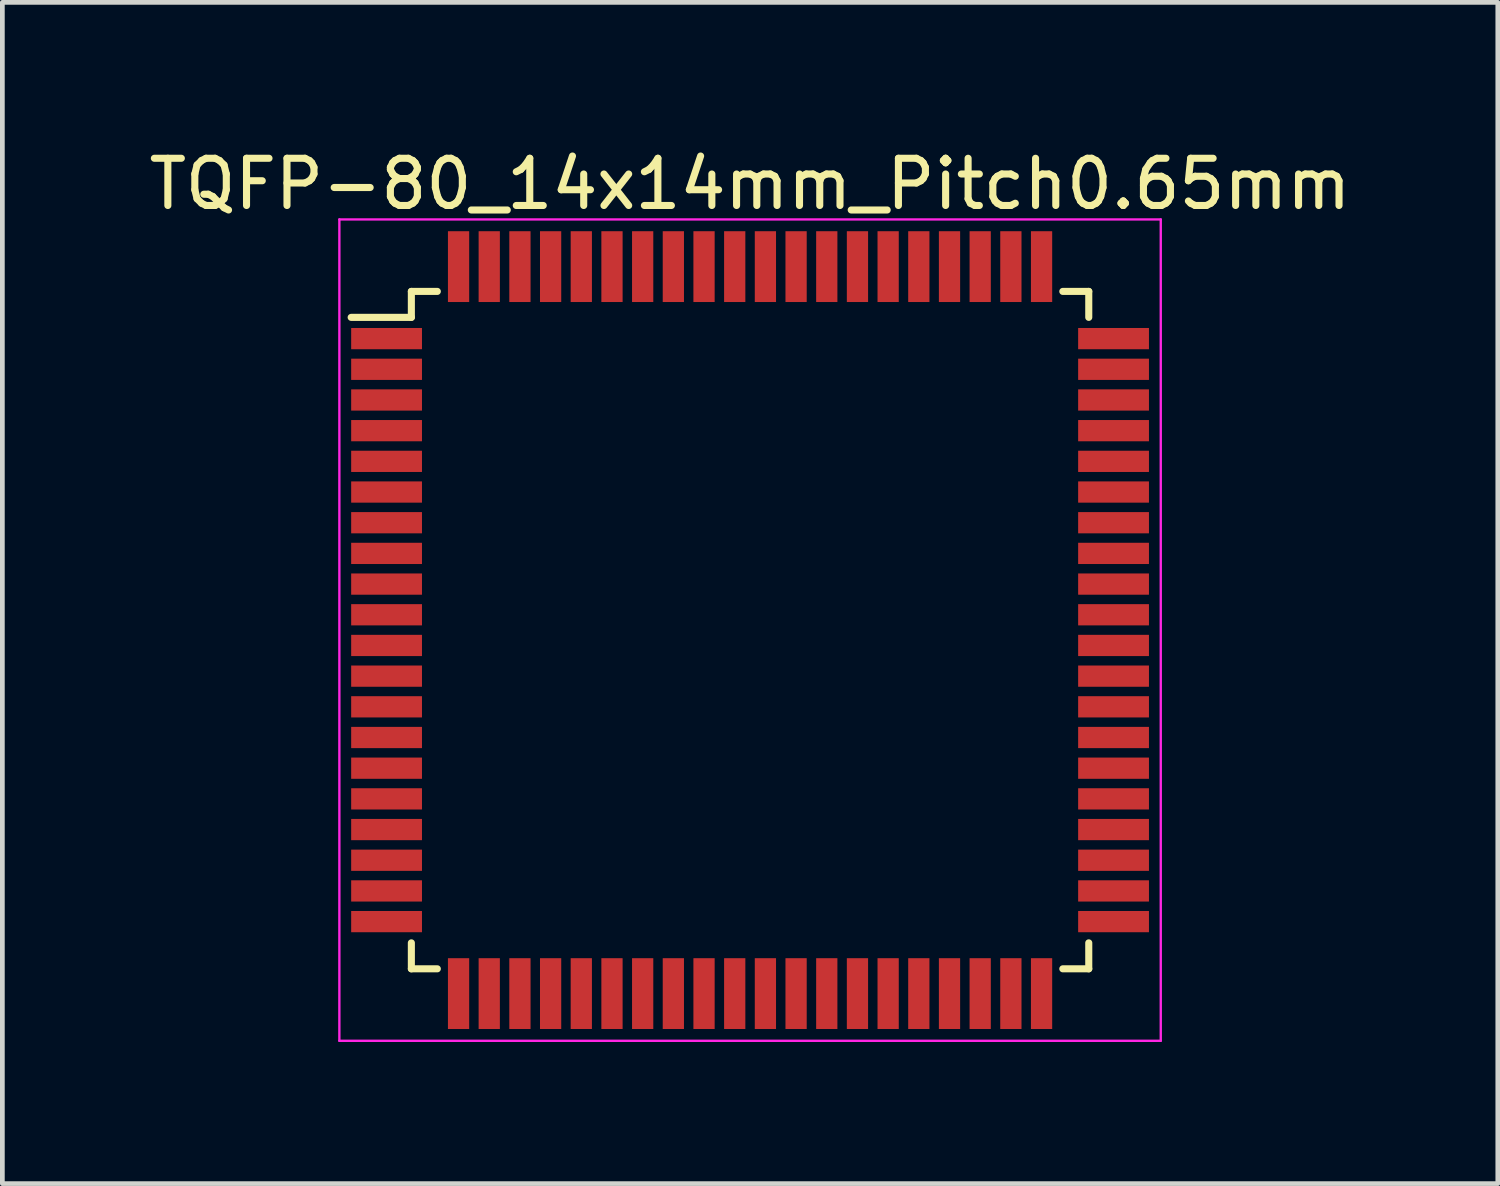
<source format=kicad_pcb>
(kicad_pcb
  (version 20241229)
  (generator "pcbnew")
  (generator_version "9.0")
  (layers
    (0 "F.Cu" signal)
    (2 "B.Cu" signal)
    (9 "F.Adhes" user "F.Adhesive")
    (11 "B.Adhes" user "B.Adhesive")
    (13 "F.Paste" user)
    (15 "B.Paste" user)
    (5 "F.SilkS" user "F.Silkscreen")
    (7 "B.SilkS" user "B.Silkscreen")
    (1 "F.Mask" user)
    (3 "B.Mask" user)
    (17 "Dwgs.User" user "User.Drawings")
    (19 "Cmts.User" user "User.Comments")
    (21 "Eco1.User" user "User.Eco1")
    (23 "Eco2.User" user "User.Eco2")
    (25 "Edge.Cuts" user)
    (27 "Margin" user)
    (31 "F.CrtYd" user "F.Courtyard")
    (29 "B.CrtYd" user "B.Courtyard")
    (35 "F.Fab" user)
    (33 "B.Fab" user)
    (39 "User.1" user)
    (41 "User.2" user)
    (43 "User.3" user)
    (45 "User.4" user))
  (footprint "TQFP-80_14x14mm_Pitch0.65mm"
    (layer "F.Cu")
    (at 12.839 10.298)
    (property "Reference" "TQFP-80_14x14mm_Pitch0.65mm" (at 0 -9.45 0) (layer "F.SilkS") (effects (font (size 1 1) (thickness 0.15))))
    (attr smd)
    (fp_line (start -7.175 -7.175) (end -7.175 -6.625) (stroke (width 0.15) (type solid)) (layer "F.SilkS"))
    (fp_line (start -7.175 -7.175) (end -6.625 -7.175) (stroke (width 0.15) (type solid)) (layer "F.SilkS"))
    (fp_line (start -7.175 -6.625) (end -8.45 -6.625) (stroke (width 0.15) (type solid)) (layer "F.SilkS"))
    (fp_line (start -7.175 7.175) (end -7.175 6.625) (stroke (width 0.15) (type solid)) (layer "F.SilkS"))
    (fp_line (start -7.175 7.175) (end -6.625 7.175) (stroke (width 0.15) (type solid)) (layer "F.SilkS"))
    (fp_line (start 7.175 -7.175) (end 6.625 -7.175) (stroke (width 0.15) (type solid)) (layer "F.SilkS"))
    (fp_line (start 7.175 -7.175) (end 7.175 -6.625) (stroke (width 0.15) (type solid)) (layer "F.SilkS"))
    (fp_line (start 7.175 7.175) (end 6.625 7.175) (stroke (width 0.15) (type solid)) (layer "F.SilkS"))
    (fp_line (start 7.175 7.175) (end 7.175 6.625) (stroke (width 0.15) (type solid)) (layer "F.SilkS"))
    (fp_line (start -8.7 -8.7) (end -8.7 8.7) (stroke (width 0.05) (type solid)) (layer "F.CrtYd"))
    (fp_line (start -8.7 -8.7) (end 8.7 -8.7) (stroke (width 0.05) (type solid)) (layer "F.CrtYd"))
    (fp_line (start -8.7 8.7) (end 8.7 8.7) (stroke (width 0.05) (type solid)) (layer "F.CrtYd"))
    (fp_line (start 8.7 -8.7) (end 8.7 8.7) (stroke (width 0.05) (type solid)) (layer "F.CrtYd"))
    (pad "1" smd rect (at -7.7 -6.175) (size 1.5 0.45) (layers "F.Cu" "F.Mask" "F.Paste"))
    (pad "2" smd rect (at -7.7 -5.525) (size 1.5 0.45) (layers "F.Cu" "F.Mask" "F.Paste"))
    (pad "3" smd rect (at -7.7 -4.875) (size 1.5 0.45) (layers "F.Cu" "F.Mask" "F.Paste"))
    (pad "4" smd rect (at -7.7 -4.225) (size 1.5 0.45) (layers "F.Cu" "F.Mask" "F.Paste"))
    (pad "5" smd rect (at -7.7 -3.575) (size 1.5 0.45) (layers "F.Cu" "F.Mask" "F.Paste"))
    (pad "6" smd rect (at -7.7 -2.925) (size 1.5 0.45) (layers "F.Cu" "F.Mask" "F.Paste"))
    (pad "7" smd rect (at -7.7 -2.275) (size 1.5 0.45) (layers "F.Cu" "F.Mask" "F.Paste"))
    (pad "8" smd rect (at -7.7 -1.625) (size 1.5 0.45) (layers "F.Cu" "F.Mask" "F.Paste"))
    (pad "9" smd rect (at -7.7 -0.975) (size 1.5 0.45) (layers "F.Cu" "F.Mask" "F.Paste"))
    (pad "10" smd rect (at -7.7 -0.325) (size 1.5 0.45) (layers "F.Cu" "F.Mask" "F.Paste"))
    (pad "11" smd rect (at -7.7 0.325) (size 1.5 0.45) (layers "F.Cu" "F.Mask" "F.Paste"))
    (pad "12" smd rect (at -7.7 0.975) (size 1.5 0.45) (layers "F.Cu" "F.Mask" "F.Paste"))
    (pad "13" smd rect (at -7.7 1.625) (size 1.5 0.45) (layers "F.Cu" "F.Mask" "F.Paste"))
    (pad "14" smd rect (at -7.7 2.275) (size 1.5 0.45) (layers "F.Cu" "F.Mask" "F.Paste"))
    (pad "15" smd rect (at -7.7 2.925) (size 1.5 0.45) (layers "F.Cu" "F.Mask" "F.Paste"))
    (pad "16" smd rect (at -7.7 3.575) (size 1.5 0.45) (layers "F.Cu" "F.Mask" "F.Paste"))
    (pad "17" smd rect (at -7.7 4.225) (size 1.5 0.45) (layers "F.Cu" "F.Mask" "F.Paste"))
    (pad "18" smd rect (at -7.7 4.875) (size 1.5 0.45) (layers "F.Cu" "F.Mask" "F.Paste"))
    (pad "19" smd rect (at -7.7 5.525) (size 1.5 0.45) (layers "F.Cu" "F.Mask" "F.Paste"))
    (pad "20" smd rect (at -7.7 6.175) (size 1.5 0.45) (layers "F.Cu" "F.Mask" "F.Paste"))
    (pad "21" smd rect (at -6.175 7.7 90) (size 1.5 0.45) (layers "F.Cu" "F.Mask" "F.Paste"))
    (pad "22" smd rect (at -5.525 7.7 90) (size 1.5 0.45) (layers "F.Cu" "F.Mask" "F.Paste"))
    (pad "23" smd rect (at -4.875 7.7 90) (size 1.5 0.45) (layers "F.Cu" "F.Mask" "F.Paste"))
    (pad "24" smd rect (at -4.225 7.7 90) (size 1.5 0.45) (layers "F.Cu" "F.Mask" "F.Paste"))
    (pad "25" smd rect (at -3.575 7.7 90) (size 1.5 0.45) (layers "F.Cu" "F.Mask" "F.Paste"))
    (pad "26" smd rect (at -2.925 7.7 90) (size 1.5 0.45) (layers "F.Cu" "F.Mask" "F.Paste"))
    (pad "27" smd rect (at -2.275 7.7 90) (size 1.5 0.45) (layers "F.Cu" "F.Mask" "F.Paste"))
    (pad "28" smd rect (at -1.625 7.7 90) (size 1.5 0.45) (layers "F.Cu" "F.Mask" "F.Paste"))
    (pad "29" smd rect (at -0.975 7.7 90) (size 1.5 0.45) (layers "F.Cu" "F.Mask" "F.Paste"))
    (pad "30" smd rect (at -0.325 7.7 90) (size 1.5 0.45) (layers "F.Cu" "F.Mask" "F.Paste"))
    (pad "31" smd rect (at 0.325 7.7 90) (size 1.5 0.45) (layers "F.Cu" "F.Mask" "F.Paste"))
    (pad "32" smd rect (at 0.975 7.7 90) (size 1.5 0.45) (layers "F.Cu" "F.Mask" "F.Paste"))
    (pad "33" smd rect (at 1.625 7.7 90) (size 1.5 0.45) (layers "F.Cu" "F.Mask" "F.Paste"))
    (pad "34" smd rect (at 2.275 7.7 90) (size 1.5 0.45) (layers "F.Cu" "F.Mask" "F.Paste"))
    (pad "35" smd rect (at 2.925 7.7 90) (size 1.5 0.45) (layers "F.Cu" "F.Mask" "F.Paste"))
    (pad "36" smd rect (at 3.575 7.7 90) (size 1.5 0.45) (layers "F.Cu" "F.Mask" "F.Paste"))
    (pad "37" smd rect (at 4.225 7.7 90) (size 1.5 0.45) (layers "F.Cu" "F.Mask" "F.Paste"))
    (pad "38" smd rect (at 4.875 7.7 90) (size 1.5 0.45) (layers "F.Cu" "F.Mask" "F.Paste"))
    (pad "39" smd rect (at 5.525 7.7 90) (size 1.5 0.45) (layers "F.Cu" "F.Mask" "F.Paste"))
    (pad "40" smd rect (at 6.175 7.7 90) (size 1.5 0.45) (layers "F.Cu" "F.Mask" "F.Paste"))
    (pad "41" smd rect (at 7.7 6.175) (size 1.5 0.45) (layers "F.Cu" "F.Mask" "F.Paste"))
    (pad "42" smd rect (at 7.7 5.525) (size 1.5 0.45) (layers "F.Cu" "F.Mask" "F.Paste"))
    (pad "43" smd rect (at 7.7 4.875) (size 1.5 0.45) (layers "F.Cu" "F.Mask" "F.Paste"))
    (pad "44" smd rect (at 7.7 4.225) (size 1.5 0.45) (layers "F.Cu" "F.Mask" "F.Paste"))
    (pad "45" smd rect (at 7.7 3.575) (size 1.5 0.45) (layers "F.Cu" "F.Mask" "F.Paste"))
    (pad "46" smd rect (at 7.7 2.925) (size 1.5 0.45) (layers "F.Cu" "F.Mask" "F.Paste"))
    (pad "47" smd rect (at 7.7 2.275) (size 1.5 0.45) (layers "F.Cu" "F.Mask" "F.Paste"))
    (pad "48" smd rect (at 7.7 1.625) (size 1.5 0.45) (layers "F.Cu" "F.Mask" "F.Paste"))
    (pad "49" smd rect (at 7.7 0.975) (size 1.5 0.45) (layers "F.Cu" "F.Mask" "F.Paste"))
    (pad "50" smd rect (at 7.7 0.325) (size 1.5 0.45) (layers "F.Cu" "F.Mask" "F.Paste"))
    (pad "51" smd rect (at 7.7 -0.325) (size 1.5 0.45) (layers "F.Cu" "F.Mask" "F.Paste"))
    (pad "52" smd rect (at 7.7 -0.975) (size 1.5 0.45) (layers "F.Cu" "F.Mask" "F.Paste"))
    (pad "53" smd rect (at 7.7 -1.625) (size 1.5 0.45) (layers "F.Cu" "F.Mask" "F.Paste"))
    (pad "54" smd rect (at 7.7 -2.275) (size 1.5 0.45) (layers "F.Cu" "F.Mask" "F.Paste"))
    (pad "55" smd rect (at 7.7 -2.925) (size 1.5 0.45) (layers "F.Cu" "F.Mask" "F.Paste"))
    (pad "56" smd rect (at 7.7 -3.575) (size 1.5 0.45) (layers "F.Cu" "F.Mask" "F.Paste"))
    (pad "57" smd rect (at 7.7 -4.225) (size 1.5 0.45) (layers "F.Cu" "F.Mask" "F.Paste"))
    (pad "58" smd rect (at 7.7 -4.875) (size 1.5 0.45) (layers "F.Cu" "F.Mask" "F.Paste"))
    (pad "59" smd rect (at 7.7 -5.525) (size 1.5 0.45) (layers "F.Cu" "F.Mask" "F.Paste"))
    (pad "60" smd rect (at 7.7 -6.175) (size 1.5 0.45) (layers "F.Cu" "F.Mask" "F.Paste"))
    (pad "61" smd rect (at 6.175 -7.7 90) (size 1.5 0.45) (layers "F.Cu" "F.Mask" "F.Paste"))
    (pad "62" smd rect (at 5.525 -7.7 90) (size 1.5 0.45) (layers "F.Cu" "F.Mask" "F.Paste"))
    (pad "63" smd rect (at 4.875 -7.7 90) (size 1.5 0.45) (layers "F.Cu" "F.Mask" "F.Paste"))
    (pad "64" smd rect (at 4.225 -7.7 90) (size 1.5 0.45) (layers "F.Cu" "F.Mask" "F.Paste"))
    (pad "65" smd rect (at 3.575 -7.7 90) (size 1.5 0.45) (layers "F.Cu" "F.Mask" "F.Paste"))
    (pad "66" smd rect (at 2.925 -7.7 90) (size 1.5 0.45) (layers "F.Cu" "F.Mask" "F.Paste"))
    (pad "67" smd rect (at 2.275 -7.7 90) (size 1.5 0.45) (layers "F.Cu" "F.Mask" "F.Paste"))
    (pad "68" smd rect (at 1.625 -7.7 90) (size 1.5 0.45) (layers "F.Cu" "F.Mask" "F.Paste"))
    (pad "69" smd rect (at 0.975 -7.7 90) (size 1.5 0.45) (layers "F.Cu" "F.Mask" "F.Paste"))
    (pad "70" smd rect (at 0.325 -7.7 90) (size 1.5 0.45) (layers "F.Cu" "F.Mask" "F.Paste"))
    (pad "71" smd rect (at -0.325 -7.7 90) (size 1.5 0.45) (layers "F.Cu" "F.Mask" "F.Paste"))
    (pad "72" smd rect (at -0.975 -7.7 90) (size 1.5 0.45) (layers "F.Cu" "F.Mask" "F.Paste"))
    (pad "73" smd rect (at -1.625 -7.7 90) (size 1.5 0.45) (layers "F.Cu" "F.Mask" "F.Paste"))
    (pad "74" smd rect (at -2.275 -7.7 90) (size 1.5 0.45) (layers "F.Cu" "F.Mask" "F.Paste"))
    (pad "75" smd rect (at -2.925 -7.7 90) (size 1.5 0.45) (layers "F.Cu" "F.Mask" "F.Paste"))
    (pad "76" smd rect (at -3.575 -7.7 90) (size 1.5 0.45) (layers "F.Cu" "F.Mask" "F.Paste"))
    (pad "77" smd rect (at -4.225 -7.7 90) (size 1.5 0.45) (layers "F.Cu" "F.Mask" "F.Paste"))
    (pad "78" smd rect (at -4.875 -7.7 90) (size 1.5 0.45) (layers "F.Cu" "F.Mask" "F.Paste"))
    (pad "79" smd rect (at -5.525 -7.7 90) (size 1.5 0.45) (layers "F.Cu" "F.Mask" "F.Paste"))
    (pad "80" smd rect (at -6.175 -7.7 90) (size 1.5 0.45) (layers "F.Cu" "F.Mask" "F.Paste")))
  (gr_rect
    (start -3 -3)
    (end 28.679 22.023)
    (stroke (width 0.1) (type default))
    (fill no)
    (layer "Edge.Cuts")))
</source>
